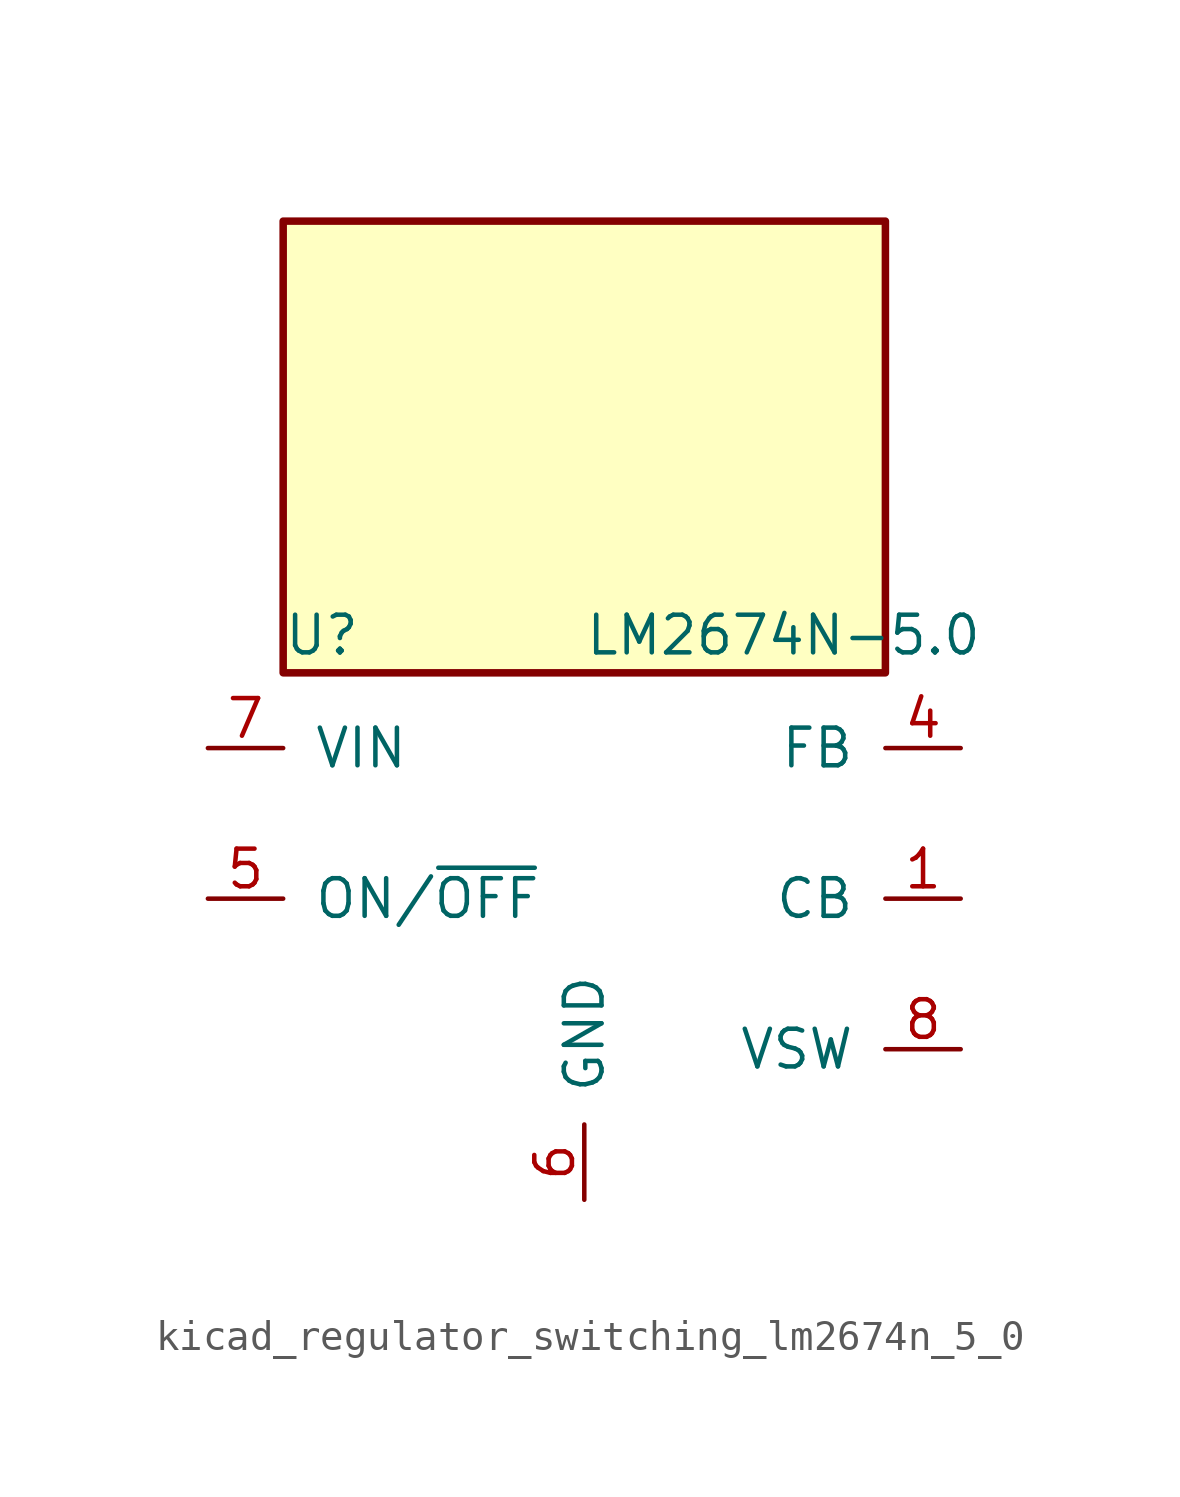
<source format=kicad_sym>
(kicad_symbol_lib
  (version 20220914)
  (generator kicad_symbol_editor)
  (symbol "kicad_regulator_switching_lm2674n_5_0"
    (pin_names
      (offset 1.016))
    (property "Reference" "U"
      (at -10.16 8.89 0)
      (effects (font (size 1.27 1.27)) (justify left)))
    (property "Value" "LM2674N-5.0"
      (at 0 8.89 0)
      (effects (font (size 1.27 1.27)) (justify left)))
    (symbol "kicad_regulator_switching_lm2674n_5_0_0_1"
      (rectangle (start 10.16 22.86) (end -10.16 7.62) (stroke (width 0.254) (type default)) (fill (type background))))
    (symbol "kicad_regulator_switching_lm2674n_5_0_1_1"
      (pin input line (at 12.7 0 180) (length 2.54) (name "CB" (effects (font (size 1.27 1.27)))) (number "1" (effects (font (size 1.27 1.27)))))
      (pin no_connect line (at -10.16 -2.54 0) (length 2.54) hide (name "NC" (effects (font (size 1.27 1.27)))) (number "2" (effects (font (size 1.27 1.27)))))
      (pin no_connect line (at -10.16 -5.08 0) (length 2.54) hide (name "NC" (effects (font (size 1.27 1.27)))) (number "3" (effects (font (size 1.27 1.27)))))
      (pin input line (at 12.7 5.08 180) (length 2.54) (name "FB" (effects (font (size 1.27 1.27)))) (number "4" (effects (font (size 1.27 1.27)))))
      (pin input line (at -12.7 0 0) (length 2.54) (name "ON/~{OFF}" (effects (font (size 1.27 1.27)))) (number "5" (effects (font (size 1.27 1.27)))))
      (pin power_in line (at 0 -10.16 90) (length 2.54) (name "GND" (effects (font (size 1.27 1.27)))) (number "6" (effects (font (size 1.27 1.27)))))
      (pin power_in line (at -12.7 5.08 0) (length 2.54) (name "VIN" (effects (font (size 1.27 1.27)))) (number "7" (effects (font (size 1.27 1.27)))))
      (pin output line (at 12.7 -5.08 180) (length 2.54) (name "VSW" (effects (font (size 1.27 1.27)))) (number "8" (effects (font (size 1.27 1.27))))))))
</source>
